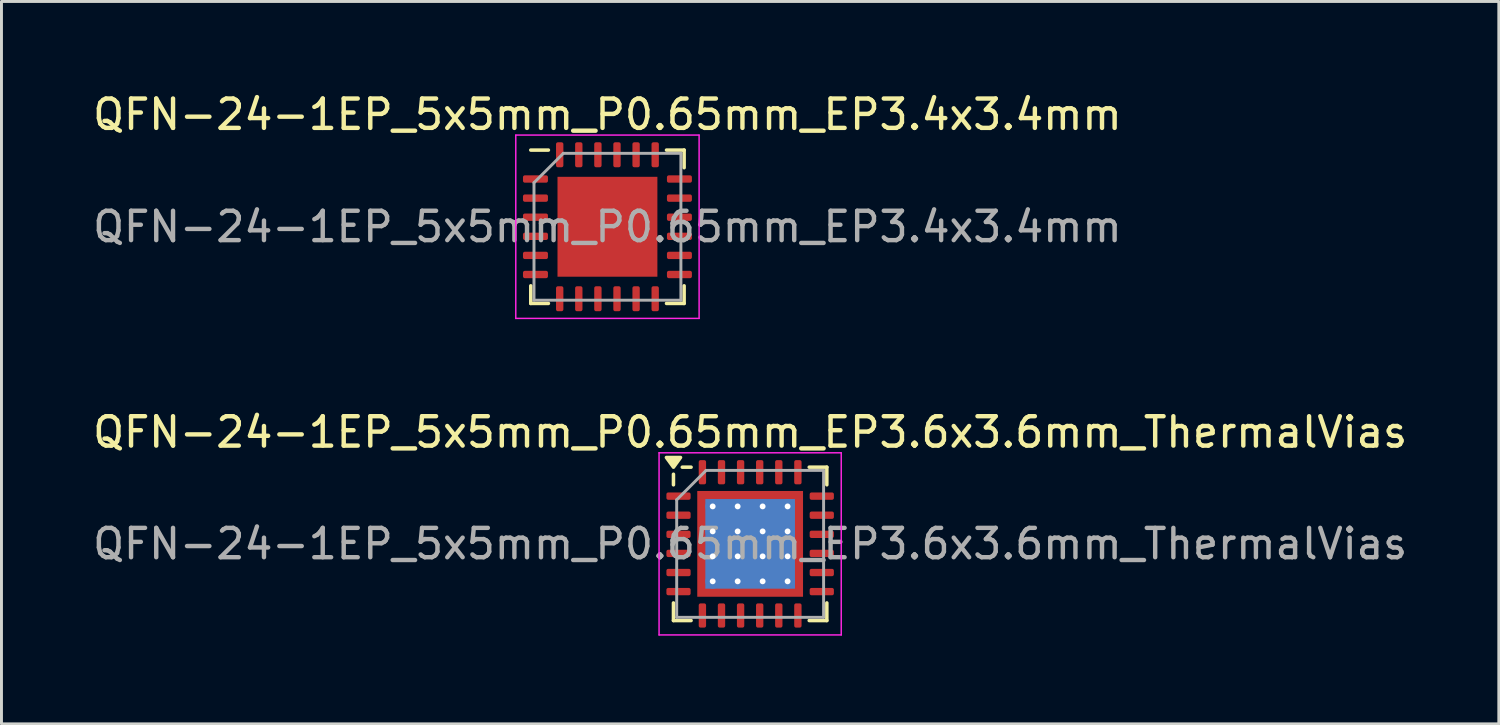
<source format=kicad_pcb>
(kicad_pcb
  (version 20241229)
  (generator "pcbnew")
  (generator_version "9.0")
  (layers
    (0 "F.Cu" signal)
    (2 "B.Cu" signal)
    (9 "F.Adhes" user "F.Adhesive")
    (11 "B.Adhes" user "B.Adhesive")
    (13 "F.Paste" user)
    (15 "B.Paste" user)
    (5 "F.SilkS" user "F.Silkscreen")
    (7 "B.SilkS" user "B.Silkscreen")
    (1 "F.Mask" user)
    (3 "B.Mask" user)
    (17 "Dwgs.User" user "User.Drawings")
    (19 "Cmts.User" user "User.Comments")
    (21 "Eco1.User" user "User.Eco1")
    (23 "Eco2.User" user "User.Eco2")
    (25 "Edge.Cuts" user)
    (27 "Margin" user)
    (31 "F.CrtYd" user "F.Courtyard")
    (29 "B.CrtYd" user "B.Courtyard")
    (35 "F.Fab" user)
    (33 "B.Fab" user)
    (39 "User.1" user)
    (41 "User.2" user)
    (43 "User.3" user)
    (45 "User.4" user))
  (footprint "QFN-24-1EP_5x5mm_P0.65mm_EP3.4x3.4mm"
    (layer "F.Cu")
    (at 17.625 4.668)
    (property "Reference" "QFN-24-1EP_5x5mm_P0.65mm_EP3.4x3.4mm" (at 0 -3.82 0) (layer "F.SilkS") (effects (font (size 1 1) (thickness 0.15))))
    (attr smd)
    (fp_line (start -2.61 2.61) (end -2.61 2.01) (stroke (width 0.12) (type solid)) (layer "F.SilkS"))
    (fp_line (start -2.01 -2.61) (end -2.61 -2.61) (stroke (width 0.12) (type solid)) (layer "F.SilkS"))
    (fp_line (start -2.01 2.61) (end -2.61 2.61) (stroke (width 0.12) (type solid)) (layer "F.SilkS"))
    (fp_line (start 2.01 -2.61) (end 2.61 -2.61) (stroke (width 0.12) (type solid)) (layer "F.SilkS"))
    (fp_line (start 2.01 2.61) (end 2.61 2.61) (stroke (width 0.12) (type solid)) (layer "F.SilkS"))
    (fp_line (start 2.61 -2.61) (end 2.61 -2.01) (stroke (width 0.12) (type solid)) (layer "F.SilkS"))
    (fp_line (start 2.61 2.61) (end 2.61 2.01) (stroke (width 0.12) (type solid)) (layer "F.SilkS"))
    (fp_line (start -3.12 -3.12) (end -3.12 3.12) (stroke (width 0.05) (type solid)) (layer "F.CrtYd"))
    (fp_line (start -3.12 3.12) (end 3.12 3.12) (stroke (width 0.05) (type solid)) (layer "F.CrtYd"))
    (fp_line (start 3.12 -3.12) (end -3.12 -3.12) (stroke (width 0.05) (type solid)) (layer "F.CrtYd"))
    (fp_line (start 3.12 3.12) (end 3.12 -3.12) (stroke (width 0.05) (type solid)) (layer "F.CrtYd"))
    (fp_line (start -2.5 -1.5) (end -1.5 -2.5) (stroke (width 0.1) (type solid)) (layer "F.Fab"))
    (fp_line (start -2.5 2.5) (end -2.5 -1.5) (stroke (width 0.1) (type solid)) (layer "F.Fab"))
    (fp_line (start -1.5 -2.5) (end 2.5 -2.5) (stroke (width 0.1) (type solid)) (layer "F.Fab"))
    (fp_line (start 2.5 -2.5) (end 2.5 2.5) (stroke (width 0.1) (type solid)) (layer "F.Fab"))
    (fp_line (start 2.5 2.5) (end -2.5 2.5) (stroke (width 0.1) (type solid)) (layer "F.Fab"))
    (fp_text user "${REFERENCE}" (at 0 0 0) (layer "F.Fab") (effects (font (size 1 1) (thickness 0.15))))
    (pad "" smd roundrect (at -0.85 -0.85) (size 1.37 1.37) (layers "F.Paste") (roundrect_rratio 0.182))
    (pad "" smd roundrect (at -0.85 0.85) (size 1.37 1.37) (layers "F.Paste") (roundrect_rratio 0.182))
    (pad "" smd roundrect (at 0.85 -0.85) (size 1.37 1.37) (layers "F.Paste") (roundrect_rratio 0.182))
    (pad "" smd roundrect (at 0.85 0.85) (size 1.37 1.37) (layers "F.Paste") (roundrect_rratio 0.182))
    (pad "1" smd roundrect (at -2.45 -1.625) (size 0.85 0.25) (layers "F.Cu" "F.Mask" "F.Paste") (roundrect_rratio 0.25))
    (pad "2" smd roundrect (at -2.45 -0.975) (size 0.85 0.25) (layers "F.Cu" "F.Mask" "F.Paste") (roundrect_rratio 0.25))
    (pad "3" smd roundrect (at -2.45 -0.325) (size 0.85 0.25) (layers "F.Cu" "F.Mask" "F.Paste") (roundrect_rratio 0.25))
    (pad "4" smd roundrect (at -2.45 0.325) (size 0.85 0.25) (layers "F.Cu" "F.Mask" "F.Paste") (roundrect_rratio 0.25))
    (pad "5" smd roundrect (at -2.45 0.975) (size 0.85 0.25) (layers "F.Cu" "F.Mask" "F.Paste") (roundrect_rratio 0.25))
    (pad "6" smd roundrect (at -2.45 1.625) (size 0.85 0.25) (layers "F.Cu" "F.Mask" "F.Paste") (roundrect_rratio 0.25))
    (pad "7" smd roundrect (at -1.625 2.45) (size 0.25 0.85) (layers "F.Cu" "F.Mask" "F.Paste") (roundrect_rratio 0.25))
    (pad "8" smd roundrect (at -0.975 2.45) (size 0.25 0.85) (layers "F.Cu" "F.Mask" "F.Paste") (roundrect_rratio 0.25))
    (pad "9" smd roundrect (at -0.325 2.45) (size 0.25 0.85) (layers "F.Cu" "F.Mask" "F.Paste") (roundrect_rratio 0.25))
    (pad "10" smd roundrect (at 0.325 2.45) (size 0.25 0.85) (layers "F.Cu" "F.Mask" "F.Paste") (roundrect_rratio 0.25))
    (pad "11" smd roundrect (at 0.975 2.45) (size 0.25 0.85) (layers "F.Cu" "F.Mask" "F.Paste") (roundrect_rratio 0.25))
    (pad "12" smd roundrect (at 1.625 2.45) (size 0.25 0.85) (layers "F.Cu" "F.Mask" "F.Paste") (roundrect_rratio 0.25))
    (pad "13" smd roundrect (at 2.45 1.625) (size 0.85 0.25) (layers "F.Cu" "F.Mask" "F.Paste") (roundrect_rratio 0.25))
    (pad "14" smd roundrect (at 2.45 0.975) (size 0.85 0.25) (layers "F.Cu" "F.Mask" "F.Paste") (roundrect_rratio 0.25))
    (pad "15" smd roundrect (at 2.45 0.325) (size 0.85 0.25) (layers "F.Cu" "F.Mask" "F.Paste") (roundrect_rratio 0.25))
    (pad "16" smd roundrect (at 2.45 -0.325) (size 0.85 0.25) (layers "F.Cu" "F.Mask" "F.Paste") (roundrect_rratio 0.25))
    (pad "17" smd roundrect (at 2.45 -0.975) (size 0.85 0.25) (layers "F.Cu" "F.Mask" "F.Paste") (roundrect_rratio 0.25))
    (pad "18" smd roundrect (at 2.45 -1.625) (size 0.85 0.25) (layers "F.Cu" "F.Mask" "F.Paste") (roundrect_rratio 0.25))
    (pad "19" smd roundrect (at 1.625 -2.45) (size 0.25 0.85) (layers "F.Cu" "F.Mask" "F.Paste") (roundrect_rratio 0.25))
    (pad "20" smd roundrect (at 0.975 -2.45) (size 0.25 0.85) (layers "F.Cu" "F.Mask" "F.Paste") (roundrect_rratio 0.25))
    (pad "21" smd roundrect (at 0.325 -2.45) (size 0.25 0.85) (layers "F.Cu" "F.Mask" "F.Paste") (roundrect_rratio 0.25))
    (pad "22" smd roundrect (at -0.325 -2.45) (size 0.25 0.85) (layers "F.Cu" "F.Mask" "F.Paste") (roundrect_rratio 0.25))
    (pad "23" smd roundrect (at -0.975 -2.45) (size 0.25 0.85) (layers "F.Cu" "F.Mask" "F.Paste") (roundrect_rratio 0.25))
    (pad "24" smd roundrect (at -1.625 -2.45) (size 0.25 0.85) (layers "F.Cu" "F.Mask" "F.Paste") (roundrect_rratio 0.25))
    (pad "25" smd rect (at 0 0) (size 3.4 3.4) (layers "F.Cu" "F.Mask")))
  (footprint "QFN-24-1EP_5x5mm_P0.65mm_EP3.6x3.6mm_ThermalVias"
    (layer "F.Cu")
    (at 22.482 15.461)
    (property "Reference" "QFN-24-1EP_5x5mm_P0.65mm_EP3.6x3.6mm_ThermalVias" (at 0 -3.8 0) (layer "F.SilkS") (effects (font (size 1 1) (thickness 0.15))))
    (attr smd)
    (fp_line (start -2.61 -2.01) (end -2.61 -2.37) (stroke (width 0.12) (type solid)) (layer "F.SilkS"))
    (fp_line (start -2.61 2.61) (end -2.61 2.01) (stroke (width 0.12) (type solid)) (layer "F.SilkS"))
    (fp_line (start -2.01 -2.61) (end -2.31 -2.61) (stroke (width 0.12) (type solid)) (layer "F.SilkS"))
    (fp_line (start -2.01 2.61) (end -2.61 2.61) (stroke (width 0.12) (type solid)) (layer "F.SilkS"))
    (fp_line (start 2.01 -2.61) (end 2.61 -2.61) (stroke (width 0.12) (type solid)) (layer "F.SilkS"))
    (fp_line (start 2.01 2.61) (end 2.61 2.61) (stroke (width 0.12) (type solid)) (layer "F.SilkS"))
    (fp_line (start 2.61 -2.61) (end 2.61 -2.01) (stroke (width 0.12) (type solid)) (layer "F.SilkS"))
    (fp_line (start 2.61 2.61) (end 2.61 2.01) (stroke (width 0.12) (type solid)) (layer "F.SilkS"))
    (fp_poly (pts (xy -2.61 -2.61) (xy -2.85 -2.94) (xy -2.37 -2.94) (xy -2.61 -2.61)) (stroke (width 0.12) (type solid)) (fill yes) (layer "F.SilkS"))
    (fp_line (start -3.1 -3.1) (end -3.1 3.1) (stroke (width 0.05) (type solid)) (layer "F.CrtYd"))
    (fp_line (start -3.1 3.1) (end 3.1 3.1) (stroke (width 0.05) (type solid)) (layer "F.CrtYd"))
    (fp_line (start 3.1 -3.1) (end -3.1 -3.1) (stroke (width 0.05) (type solid)) (layer "F.CrtYd"))
    (fp_line (start 3.1 3.1) (end 3.1 -3.1) (stroke (width 0.05) (type solid)) (layer "F.CrtYd"))
    (fp_line (start -2.5 -1.5) (end -1.5 -2.5) (stroke (width 0.1) (type solid)) (layer "F.Fab"))
    (fp_line (start -2.5 2.5) (end -2.5 -1.5) (stroke (width 0.1) (type solid)) (layer "F.Fab"))
    (fp_line (start -1.5 -2.5) (end 2.5 -2.5) (stroke (width 0.1) (type solid)) (layer "F.Fab"))
    (fp_line (start 2.5 -2.5) (end 2.5 2.5) (stroke (width 0.1) (type solid)) (layer "F.Fab"))
    (fp_line (start 2.5 2.5) (end -2.5 2.5) (stroke (width 0.1) (type solid)) (layer "F.Fab"))
    (fp_text user "${REFERENCE}" (at 0 0 0) (layer "F.Fab") (effects (font (size 1 1) (thickness 0.15))))
    (pad "" smd custom (at -1.538 -1.538) (size 0.295 0.295) (layers "F.Paste") (options (anchor circle)) (primitives (gr_poly (pts (xy -0.106 -0.106) (xy 0.106 -0.106) (xy 0.106 -0.013) (xy -0.013 0.106) (xy -0.106 0.106)) (width 0.212) (fill yes))))
    (pad "" smd custom (at -1.538 -0.85) (size 0.317 0.317) (layers "F.Paste") (options (anchor circle)) (primitives (gr_poly (pts (xy -0.106 -0.237) (xy 0.018 -0.237) (xy 0.106 -0.149) (xy 0.106 0.149) (xy 0.018 0.237) (xy -0.106 0.237)) (width 0.212) (fill yes))))
    (pad "" smd custom (at -1.538 0) (size 0.317 0.317) (layers "F.Paste") (options (anchor circle)) (primitives (gr_poly (pts (xy -0.106 -0.237) (xy 0.018 -0.237) (xy 0.106 -0.149) (xy 0.106 0.149) (xy 0.018 0.237) (xy -0.106 0.237)) (width 0.212) (fill yes))))
    (pad "" smd custom (at -1.538 0.85) (size 0.317 0.317) (layers "F.Paste") (options (anchor circle)) (primitives (gr_poly (pts (xy -0.106 -0.237) (xy 0.018 -0.237) (xy 0.106 -0.149) (xy 0.106 0.149) (xy 0.018 0.237) (xy -0.106 0.237)) (width 0.212) (fill yes))))
    (pad "" smd custom (at -1.538 1.538) (size 0.295 0.295) (layers "F.Paste") (options (anchor circle)) (primitives (gr_poly (pts (xy -0.106 -0.106) (xy -0.013 -0.106) (xy 0.106 0.013) (xy 0.106 0.106) (xy -0.106 0.106)) (width 0.212) (fill yes))))
    (pad "" smd custom (at -0.85 -1.538) (size 0.317 0.317) (layers "F.Paste") (options (anchor circle)) (primitives (gr_poly (pts (xy -0.237 -0.106) (xy 0.237 -0.106) (xy 0.237 0.018) (xy 0.149 0.106) (xy -0.149 0.106) (xy -0.237 0.018)) (width 0.212) (fill yes))))
    (pad "" smd custom (at -0.85 -0.85) (size 0.602 0.602) (layers "F.Paste") (options (anchor circle)) (primitives (gr_poly (pts (xy -0.259 -0.19) (xy -0.19 -0.259) (xy 0.19 -0.259) (xy 0.259 -0.19) (xy 0.259 0.19) (xy 0.19 0.259) (xy -0.19 0.259) (xy -0.259 0.19)) (width 0.167) (fill yes))))
    (pad "" smd custom (at -0.85 0) (size 0.602 0.602) (layers "F.Paste") (options (anchor circle)) (primitives (gr_poly (pts (xy -0.259 -0.19) (xy -0.19 -0.259) (xy 0.19 -0.259) (xy 0.259 -0.19) (xy 0.259 0.19) (xy 0.19 0.259) (xy -0.19 0.259) (xy -0.259 0.19)) (width 0.167) (fill yes))))
    (pad "" smd custom (at -0.85 0.85) (size 0.602 0.602) (layers "F.Paste") (options (anchor circle)) (primitives (gr_poly (pts (xy -0.259 -0.19) (xy -0.19 -0.259) (xy 0.19 -0.259) (xy 0.259 -0.19) (xy 0.259 0.19) (xy 0.19 0.259) (xy -0.19 0.259) (xy -0.259 0.19)) (width 0.167) (fill yes))))
    (pad "" smd custom (at -0.85 1.538) (size 0.317 0.317) (layers "F.Paste") (options (anchor circle)) (primitives (gr_poly (pts (xy -0.237 -0.018) (xy -0.149 -0.106) (xy 0.149 -0.106) (xy 0.237 -0.018) (xy 0.237 0.106) (xy -0.237 0.106)) (width 0.212) (fill yes))))
    (pad "" smd custom (at 0 -1.538) (size 0.317 0.317) (layers "F.Paste") (options (anchor circle)) (primitives (gr_poly (pts (xy -0.237 -0.106) (xy 0.237 -0.106) (xy 0.237 0.018) (xy 0.149 0.106) (xy -0.149 0.106) (xy -0.237 0.018)) (width 0.212) (fill yes))))
    (pad "" smd custom (at 0 -0.85) (size 0.602 0.602) (layers "F.Paste") (options (anchor circle)) (primitives (gr_poly (pts (xy -0.259 -0.19) (xy -0.19 -0.259) (xy 0.19 -0.259) (xy 0.259 -0.19) (xy 0.259 0.19) (xy 0.19 0.259) (xy -0.19 0.259) (xy -0.259 0.19)) (width 0.167) (fill yes))))
    (pad "" smd custom (at 0 0) (size 0.602 0.602) (layers "F.Paste") (options (anchor circle)) (primitives (gr_poly (pts (xy -0.259 -0.19) (xy -0.19 -0.259) (xy 0.19 -0.259) (xy 0.259 -0.19) (xy 0.259 0.19) (xy 0.19 0.259) (xy -0.19 0.259) (xy -0.259 0.19)) (width 0.167) (fill yes))))
    (pad "" smd custom (at 0 0.85) (size 0.602 0.602) (layers "F.Paste") (options (anchor circle)) (primitives (gr_poly (pts (xy -0.259 -0.19) (xy -0.19 -0.259) (xy 0.19 -0.259) (xy 0.259 -0.19) (xy 0.259 0.19) (xy 0.19 0.259) (xy -0.19 0.259) (xy -0.259 0.19)) (width 0.167) (fill yes))))
    (pad "" smd custom (at 0 1.538) (size 0.317 0.317) (layers "F.Paste") (options (anchor circle)) (primitives (gr_poly (pts (xy -0.237 -0.018) (xy -0.149 -0.106) (xy 0.149 -0.106) (xy 0.237 -0.018) (xy 0.237 0.106) (xy -0.237 0.106)) (width 0.212) (fill yes))))
    (pad "" smd custom (at 0.85 -1.538) (size 0.317 0.317) (layers "F.Paste") (options (anchor circle)) (primitives (gr_poly (pts (xy -0.237 -0.106) (xy 0.237 -0.106) (xy 0.237 0.018) (xy 0.149 0.106) (xy -0.149 0.106) (xy -0.237 0.018)) (width 0.212) (fill yes))))
    (pad "" smd custom (at 0.85 -0.85) (size 0.602 0.602) (layers "F.Paste") (options (anchor circle)) (primitives (gr_poly (pts (xy -0.259 -0.19) (xy -0.19 -0.259) (xy 0.19 -0.259) (xy 0.259 -0.19) (xy 0.259 0.19) (xy 0.19 0.259) (xy -0.19 0.259) (xy -0.259 0.19)) (width 0.167) (fill yes))))
    (pad "" smd custom (at 0.85 0) (size 0.602 0.602) (layers "F.Paste") (options (anchor circle)) (primitives (gr_poly (pts (xy -0.259 -0.19) (xy -0.19 -0.259) (xy 0.19 -0.259) (xy 0.259 -0.19) (xy 0.259 0.19) (xy 0.19 0.259) (xy -0.19 0.259) (xy -0.259 0.19)) (width 0.167) (fill yes))))
    (pad "" smd custom (at 0.85 0.85) (size 0.602 0.602) (layers "F.Paste") (options (anchor circle)) (primitives (gr_poly (pts (xy -0.259 -0.19) (xy -0.19 -0.259) (xy 0.19 -0.259) (xy 0.259 -0.19) (xy 0.259 0.19) (xy 0.19 0.259) (xy -0.19 0.259) (xy -0.259 0.19)) (width 0.167) (fill yes))))
    (pad "" smd custom (at 0.85 1.538) (size 0.317 0.317) (layers "F.Paste") (options (anchor circle)) (primitives (gr_poly (pts (xy -0.237 -0.018) (xy -0.149 -0.106) (xy 0.149 -0.106) (xy 0.237 -0.018) (xy 0.237 0.106) (xy -0.237 0.106)) (width 0.212) (fill yes))))
    (pad "" smd custom (at 1.538 -1.538) (size 0.295 0.295) (layers "F.Paste") (options (anchor circle)) (primitives (gr_poly (pts (xy -0.106 -0.106) (xy 0.106 -0.106) (xy 0.106 0.106) (xy 0.013 0.106) (xy -0.106 -0.013)) (width 0.212) (fill yes))))
    (pad "" smd custom (at 1.538 -0.85) (size 0.317 0.317) (layers "F.Paste") (options (anchor circle)) (primitives (gr_poly (pts (xy -0.106 -0.149) (xy -0.018 -0.237) (xy 0.106 -0.237) (xy 0.106 0.237) (xy -0.018 0.237) (xy -0.106 0.149)) (width 0.212) (fill yes))))
    (pad "" smd custom (at 1.538 0) (size 0.317 0.317) (layers "F.Paste") (options (anchor circle)) (primitives (gr_poly (pts (xy -0.106 -0.149) (xy -0.018 -0.237) (xy 0.106 -0.237) (xy 0.106 0.237) (xy -0.018 0.237) (xy -0.106 0.149)) (width 0.212) (fill yes))))
    (pad "" smd custom (at 1.538 0.85) (size 0.317 0.317) (layers "F.Paste") (options (anchor circle)) (primitives (gr_poly (pts (xy -0.106 -0.149) (xy -0.018 -0.237) (xy 0.106 -0.237) (xy 0.106 0.237) (xy -0.018 0.237) (xy -0.106 0.149)) (width 0.212) (fill yes))))
    (pad "" smd custom (at 1.538 1.538) (size 0.295 0.295) (layers "F.Paste") (options (anchor circle)) (primitives (gr_poly (pts (xy -0.106 0.013) (xy 0.013 -0.106) (xy 0.106 -0.106) (xy 0.106 0.106) (xy -0.106 0.106)) (width 0.212) (fill yes))))
    (pad "1" smd roundrect (at -2.438 -1.625) (size 0.825 0.25) (layers "F.Cu" "F.Mask" "F.Paste") (roundrect_rratio 0.25))
    (pad "2" smd roundrect (at -2.438 -0.975) (size 0.825 0.25) (layers "F.Cu" "F.Mask" "F.Paste") (roundrect_rratio 0.25))
    (pad "3" smd roundrect (at -2.438 -0.325) (size 0.825 0.25) (layers "F.Cu" "F.Mask" "F.Paste") (roundrect_rratio 0.25))
    (pad "4" smd roundrect (at -2.438 0.325) (size 0.825 0.25) (layers "F.Cu" "F.Mask" "F.Paste") (roundrect_rratio 0.25))
    (pad "5" smd roundrect (at -2.438 0.975) (size 0.825 0.25) (layers "F.Cu" "F.Mask" "F.Paste") (roundrect_rratio 0.25))
    (pad "6" smd roundrect (at -2.438 1.625) (size 0.825 0.25) (layers "F.Cu" "F.Mask" "F.Paste") (roundrect_rratio 0.25))
    (pad "7" smd roundrect (at -1.625 2.438) (size 0.25 0.825) (layers "F.Cu" "F.Mask" "F.Paste") (roundrect_rratio 0.25))
    (pad "8" smd roundrect (at -0.975 2.438) (size 0.25 0.825) (layers "F.Cu" "F.Mask" "F.Paste") (roundrect_rratio 0.25))
    (pad "9" smd roundrect (at -0.325 2.438) (size 0.25 0.825) (layers "F.Cu" "F.Mask" "F.Paste") (roundrect_rratio 0.25))
    (pad "10" smd roundrect (at 0.325 2.438) (size 0.25 0.825) (layers "F.Cu" "F.Mask" "F.Paste") (roundrect_rratio 0.25))
    (pad "11" smd roundrect (at 0.975 2.438) (size 0.25 0.825) (layers "F.Cu" "F.Mask" "F.Paste") (roundrect_rratio 0.25))
    (pad "12" smd roundrect (at 1.625 2.438) (size 0.25 0.825) (layers "F.Cu" "F.Mask" "F.Paste") (roundrect_rratio 0.25))
    (pad "13" smd roundrect (at 2.438 1.625) (size 0.825 0.25) (layers "F.Cu" "F.Mask" "F.Paste") (roundrect_rratio 0.25))
    (pad "14" smd roundrect (at 2.438 0.975) (size 0.825 0.25) (layers "F.Cu" "F.Mask" "F.Paste") (roundrect_rratio 0.25))
    (pad "15" smd roundrect (at 2.438 0.325) (size 0.825 0.25) (layers "F.Cu" "F.Mask" "F.Paste") (roundrect_rratio 0.25))
    (pad "16" smd roundrect (at 2.438 -0.325) (size 0.825 0.25) (layers "F.Cu" "F.Mask" "F.Paste") (roundrect_rratio 0.25))
    (pad "17" smd roundrect (at 2.438 -0.975) (size 0.825 0.25) (layers "F.Cu" "F.Mask" "F.Paste") (roundrect_rratio 0.25))
    (pad "18" smd roundrect (at 2.438 -1.625) (size 0.825 0.25) (layers "F.Cu" "F.Mask" "F.Paste") (roundrect_rratio 0.25))
    (pad "19" smd roundrect (at 1.625 -2.438) (size 0.25 0.825) (layers "F.Cu" "F.Mask" "F.Paste") (roundrect_rratio 0.25))
    (pad "20" smd roundrect (at 0.975 -2.438) (size 0.25 0.825) (layers "F.Cu" "F.Mask" "F.Paste") (roundrect_rratio 0.25))
    (pad "21" smd roundrect (at 0.325 -2.438) (size 0.25 0.825) (layers "F.Cu" "F.Mask" "F.Paste") (roundrect_rratio 0.25))
    (pad "22" smd roundrect (at -0.325 -2.438) (size 0.25 0.825) (layers "F.Cu" "F.Mask" "F.Paste") (roundrect_rratio 0.25))
    (pad "23" smd roundrect (at -0.975 -2.438) (size 0.25 0.825) (layers "F.Cu" "F.Mask" "F.Paste") (roundrect_rratio 0.25))
    (pad "24" smd roundrect (at -1.625 -2.438) (size 0.25 0.825) (layers "F.Cu" "F.Mask" "F.Paste") (roundrect_rratio 0.25))
    (pad "25" thru_hole circle (at -1.275 -1.275) (size 0.5 0.5) (drill 0.2) (property pad_prop_heatsink) (layers "*.Cu"))
    (pad "25" thru_hole circle (at -1.275 -0.425) (size 0.5 0.5) (drill 0.2) (property pad_prop_heatsink) (layers "*.Cu"))
    (pad "25" thru_hole circle (at -1.275 0.425) (size 0.5 0.5) (drill 0.2) (property pad_prop_heatsink) (layers "*.Cu"))
    (pad "25" thru_hole circle (at -1.275 1.275) (size 0.5 0.5) (drill 0.2) (property pad_prop_heatsink) (layers "*.Cu"))
    (pad "25" thru_hole circle (at -0.425 -1.275) (size 0.5 0.5) (drill 0.2) (property pad_prop_heatsink) (layers "*.Cu"))
    (pad "25" thru_hole circle (at -0.425 -0.425) (size 0.5 0.5) (drill 0.2) (property pad_prop_heatsink) (layers "*.Cu"))
    (pad "25" thru_hole circle (at -0.425 0.425) (size 0.5 0.5) (drill 0.2) (property pad_prop_heatsink) (layers "*.Cu"))
    (pad "25" thru_hole circle (at -0.425 1.275) (size 0.5 0.5) (drill 0.2) (property pad_prop_heatsink) (layers "*.Cu"))
    (pad "25" smd rect (at 0 0) (size 3.05 3.05) (property pad_prop_heatsink) (layers "B.Cu"))
    (pad "25" smd rect (at 0 0) (size 3.6 3.6) (property pad_prop_heatsink) (layers "F.Cu" "F.Mask"))
    (pad "25" thru_hole circle (at 0.425 -1.275) (size 0.5 0.5) (drill 0.2) (property pad_prop_heatsink) (layers "*.Cu"))
    (pad "25" thru_hole circle (at 0.425 -0.425) (size 0.5 0.5) (drill 0.2) (property pad_prop_heatsink) (layers "*.Cu"))
    (pad "25" thru_hole circle (at 0.425 0.425) (size 0.5 0.5) (drill 0.2) (property pad_prop_heatsink) (layers "*.Cu"))
    (pad "25" thru_hole circle (at 0.425 1.275) (size 0.5 0.5) (drill 0.2) (property pad_prop_heatsink) (layers "*.Cu"))
    (pad "25" thru_hole circle (at 1.275 -1.275) (size 0.5 0.5) (drill 0.2) (property pad_prop_heatsink) (layers "*.Cu"))
    (pad "25" thru_hole circle (at 1.275 -0.425) (size 0.5 0.5) (drill 0.2) (property pad_prop_heatsink) (layers "*.Cu"))
    (pad "25" thru_hole circle (at 1.275 0.425) (size 0.5 0.5) (drill 0.2) (property pad_prop_heatsink) (layers "*.Cu"))
    (pad "25" thru_hole circle (at 1.275 1.275) (size 0.5 0.5) (drill 0.2) (property pad_prop_heatsink) (layers "*.Cu")))
  (gr_rect
    (start -3 -3)
    (end 47.964 21.587)
    (stroke (width 0.1) (type default))
    (fill no)
    (layer "Edge.Cuts")))
</source>
